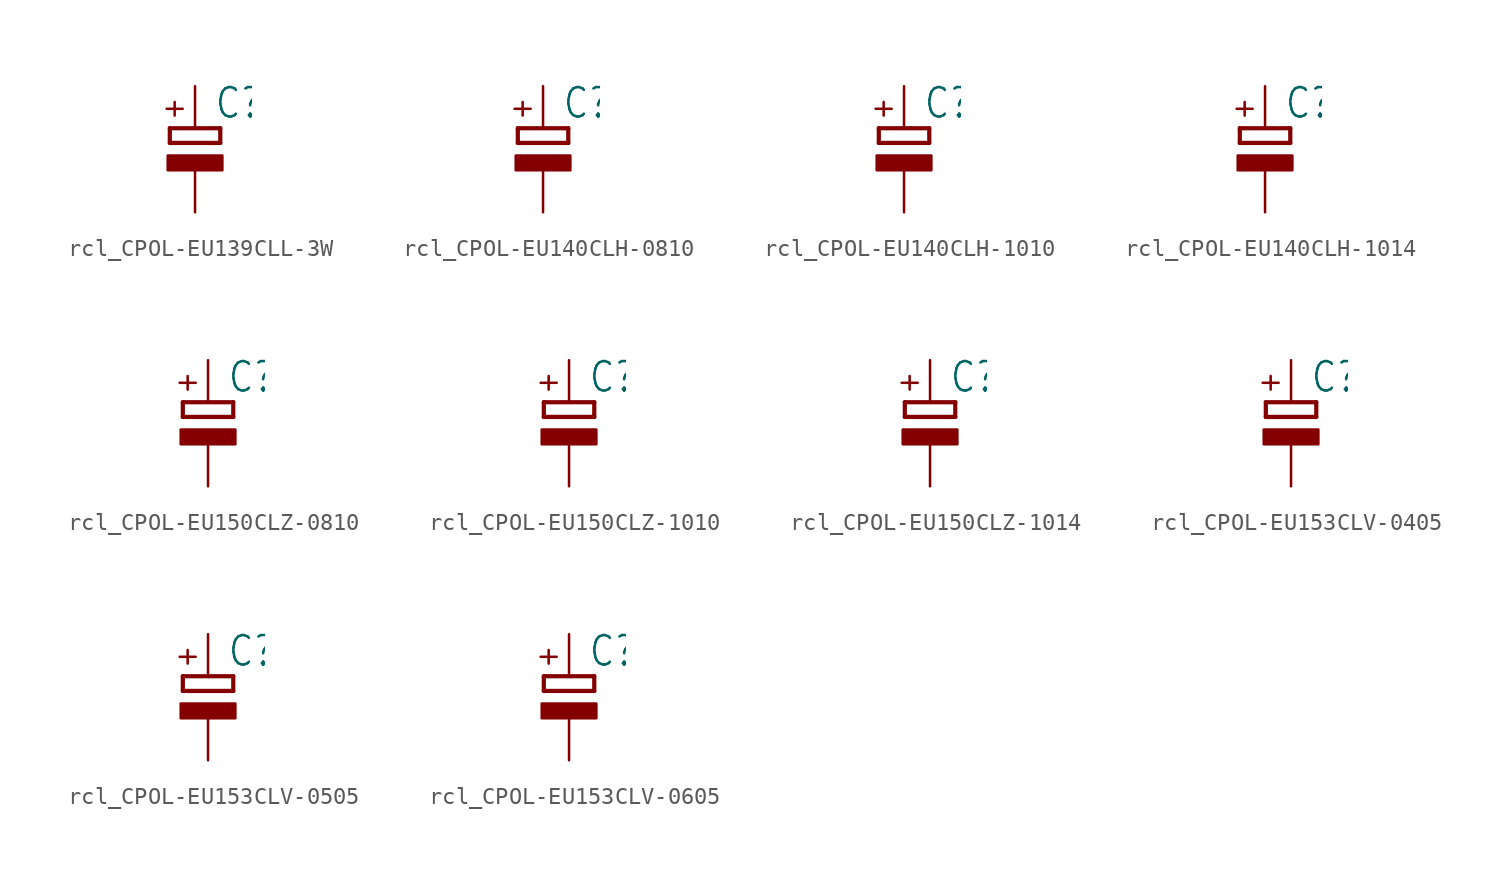
<source format=kicad_sym>
(kicad_symbol_lib
  (version 20231120)
  (generator "kicad_symbol_editor")
  (generator_version "8.0")
  (symbol "rcl_CPOL-EU139CLL-3W"
    (property "Reference" "C"
      (at 1.143 0.483 0)
      (effects (font (size 1.778 1.511)) (justify left bottom)))
    (property "Value" ""
      (at 1.143 -4.597 0)
      (effects (font (size 1.778 1.511)) (justify left bottom)))
    (property "ki_locked" ""
      (at 0 0 0)
      (effects (font (size 1.27 1.27))))
    (symbol "rcl_CPOL-EU139CLL-3W_1_0"
      (rectangle (start -1.651 -2.54) (end 1.651 -1.651) (stroke (width 0) (type default)) (fill (type outline)))
      (polyline (pts (xy -1.524 -0.889) (xy 1.524 -0.889)) (stroke (width 0.254) (type solid)) (fill (type none)))
      (polyline (pts (xy -1.524 0) (xy -1.524 -0.889)) (stroke (width 0.254) (type solid)) (fill (type none)))
      (polyline (pts (xy -1.524 0) (xy 1.524 0)) (stroke (width 0.254) (type solid)) (fill (type none)))
      (polyline (pts (xy 1.524 -0.889) (xy 1.524 0)) (stroke (width 0.254) (type solid)) (fill (type none)))
      (text "+" (at -0.584 0.406 900) (effects (font (size 1.27 1.079)) (justify left bottom)))
      (pin passive line (at 0 2.54 270) (length 2.54) (name "+" (effects (font (size 0 0)))) (number "+" (effects (font (size 0 0)))))
      (pin passive line (at 0 -5.08 90) (length 2.54) (name "-" (effects (font (size 0 0)))) (number "-" (effects (font (size 0 0)))))))
  (symbol "rcl_CPOL-EU140CLH-0810"
    (property "Reference" "C"
      (at 1.143 0.483 0)
      (effects (font (size 1.778 1.511)) (justify left bottom)))
    (property "Value" ""
      (at 1.143 -4.597 0)
      (effects (font (size 1.778 1.511)) (justify left bottom)))
    (property "ki_locked" ""
      (at 0 0 0)
      (effects (font (size 1.27 1.27))))
    (symbol "rcl_CPOL-EU140CLH-0810_1_0"
      (rectangle (start -1.651 -2.54) (end 1.651 -1.651) (stroke (width 0) (type default)) (fill (type outline)))
      (polyline (pts (xy -1.524 -0.889) (xy 1.524 -0.889)) (stroke (width 0.254) (type solid)) (fill (type none)))
      (polyline (pts (xy -1.524 0) (xy -1.524 -0.889)) (stroke (width 0.254) (type solid)) (fill (type none)))
      (polyline (pts (xy -1.524 0) (xy 1.524 0)) (stroke (width 0.254) (type solid)) (fill (type none)))
      (polyline (pts (xy 1.524 -0.889) (xy 1.524 0)) (stroke (width 0.254) (type solid)) (fill (type none)))
      (text "+" (at -0.584 0.406 900) (effects (font (size 1.27 1.079)) (justify left bottom)))
      (pin passive line (at 0 2.54 270) (length 2.54) (name "+" (effects (font (size 0 0)))) (number "+" (effects (font (size 0 0)))))
      (pin passive line (at 0 -5.08 90) (length 2.54) (name "-" (effects (font (size 0 0)))) (number "-" (effects (font (size 0 0)))))))
  (symbol "rcl_CPOL-EU140CLH-1010"
    (property "Reference" "C"
      (at 1.143 0.483 0)
      (effects (font (size 1.778 1.511)) (justify left bottom)))
    (property "Value" ""
      (at 1.143 -4.597 0)
      (effects (font (size 1.778 1.511)) (justify left bottom)))
    (property "ki_locked" ""
      (at 0 0 0)
      (effects (font (size 1.27 1.27))))
    (symbol "rcl_CPOL-EU140CLH-1010_1_0"
      (rectangle (start -1.651 -2.54) (end 1.651 -1.651) (stroke (width 0) (type default)) (fill (type outline)))
      (polyline (pts (xy -1.524 -0.889) (xy 1.524 -0.889)) (stroke (width 0.254) (type solid)) (fill (type none)))
      (polyline (pts (xy -1.524 0) (xy -1.524 -0.889)) (stroke (width 0.254) (type solid)) (fill (type none)))
      (polyline (pts (xy -1.524 0) (xy 1.524 0)) (stroke (width 0.254) (type solid)) (fill (type none)))
      (polyline (pts (xy 1.524 -0.889) (xy 1.524 0)) (stroke (width 0.254) (type solid)) (fill (type none)))
      (text "+" (at -0.584 0.406 900) (effects (font (size 1.27 1.079)) (justify left bottom)))
      (pin passive line (at 0 2.54 270) (length 2.54) (name "+" (effects (font (size 0 0)))) (number "+" (effects (font (size 0 0)))))
      (pin passive line (at 0 -5.08 90) (length 2.54) (name "-" (effects (font (size 0 0)))) (number "-" (effects (font (size 0 0)))))))
  (symbol "rcl_CPOL-EU140CLH-1014"
    (property "Reference" "C"
      (at 1.143 0.483 0)
      (effects (font (size 1.778 1.511)) (justify left bottom)))
    (property "Value" ""
      (at 1.143 -4.597 0)
      (effects (font (size 1.778 1.511)) (justify left bottom)))
    (property "ki_locked" ""
      (at 0 0 0)
      (effects (font (size 1.27 1.27))))
    (symbol "rcl_CPOL-EU140CLH-1014_1_0"
      (rectangle (start -1.651 -2.54) (end 1.651 -1.651) (stroke (width 0) (type default)) (fill (type outline)))
      (polyline (pts (xy -1.524 -0.889) (xy 1.524 -0.889)) (stroke (width 0.254) (type solid)) (fill (type none)))
      (polyline (pts (xy -1.524 0) (xy -1.524 -0.889)) (stroke (width 0.254) (type solid)) (fill (type none)))
      (polyline (pts (xy -1.524 0) (xy 1.524 0)) (stroke (width 0.254) (type solid)) (fill (type none)))
      (polyline (pts (xy 1.524 -0.889) (xy 1.524 0)) (stroke (width 0.254) (type solid)) (fill (type none)))
      (text "+" (at -0.584 0.406 900) (effects (font (size 1.27 1.079)) (justify left bottom)))
      (pin passive line (at 0 2.54 270) (length 2.54) (name "+" (effects (font (size 0 0)))) (number "+" (effects (font (size 0 0)))))
      (pin passive line (at 0 -5.08 90) (length 2.54) (name "-" (effects (font (size 0 0)))) (number "-" (effects (font (size 0 0)))))))
  (symbol "rcl_CPOL-EU150CLZ-0810"
    (property "Reference" "C"
      (at 1.143 0.483 0)
      (effects (font (size 1.778 1.511)) (justify left bottom)))
    (property "Value" ""
      (at 1.143 -4.597 0)
      (effects (font (size 1.778 1.511)) (justify left bottom)))
    (property "ki_locked" ""
      (at 0 0 0)
      (effects (font (size 1.27 1.27))))
    (symbol "rcl_CPOL-EU150CLZ-0810_1_0"
      (rectangle (start -1.651 -2.54) (end 1.651 -1.651) (stroke (width 0) (type default)) (fill (type outline)))
      (polyline (pts (xy -1.524 -0.889) (xy 1.524 -0.889)) (stroke (width 0.254) (type solid)) (fill (type none)))
      (polyline (pts (xy -1.524 0) (xy -1.524 -0.889)) (stroke (width 0.254) (type solid)) (fill (type none)))
      (polyline (pts (xy -1.524 0) (xy 1.524 0)) (stroke (width 0.254) (type solid)) (fill (type none)))
      (polyline (pts (xy 1.524 -0.889) (xy 1.524 0)) (stroke (width 0.254) (type solid)) (fill (type none)))
      (text "+" (at -0.584 0.406 900) (effects (font (size 1.27 1.079)) (justify left bottom)))
      (pin passive line (at 0 2.54 270) (length 2.54) (name "+" (effects (font (size 0 0)))) (number "+" (effects (font (size 0 0)))))
      (pin passive line (at 0 -5.08 90) (length 2.54) (name "-" (effects (font (size 0 0)))) (number "-" (effects (font (size 0 0)))))))
  (symbol "rcl_CPOL-EU150CLZ-1010"
    (property "Reference" "C"
      (at 1.143 0.483 0)
      (effects (font (size 1.778 1.511)) (justify left bottom)))
    (property "Value" ""
      (at 1.143 -4.597 0)
      (effects (font (size 1.778 1.511)) (justify left bottom)))
    (property "ki_locked" ""
      (at 0 0 0)
      (effects (font (size 1.27 1.27))))
    (symbol "rcl_CPOL-EU150CLZ-1010_1_0"
      (rectangle (start -1.651 -2.54) (end 1.651 -1.651) (stroke (width 0) (type default)) (fill (type outline)))
      (polyline (pts (xy -1.524 -0.889) (xy 1.524 -0.889)) (stroke (width 0.254) (type solid)) (fill (type none)))
      (polyline (pts (xy -1.524 0) (xy -1.524 -0.889)) (stroke (width 0.254) (type solid)) (fill (type none)))
      (polyline (pts (xy -1.524 0) (xy 1.524 0)) (stroke (width 0.254) (type solid)) (fill (type none)))
      (polyline (pts (xy 1.524 -0.889) (xy 1.524 0)) (stroke (width 0.254) (type solid)) (fill (type none)))
      (text "+" (at -0.584 0.406 900) (effects (font (size 1.27 1.079)) (justify left bottom)))
      (pin passive line (at 0 2.54 270) (length 2.54) (name "+" (effects (font (size 0 0)))) (number "+" (effects (font (size 0 0)))))
      (pin passive line (at 0 -5.08 90) (length 2.54) (name "-" (effects (font (size 0 0)))) (number "-" (effects (font (size 0 0)))))))
  (symbol "rcl_CPOL-EU150CLZ-1014"
    (property "Reference" "C"
      (at 1.143 0.483 0)
      (effects (font (size 1.778 1.511)) (justify left bottom)))
    (property "Value" ""
      (at 1.143 -4.597 0)
      (effects (font (size 1.778 1.511)) (justify left bottom)))
    (property "ki_locked" ""
      (at 0 0 0)
      (effects (font (size 1.27 1.27))))
    (symbol "rcl_CPOL-EU150CLZ-1014_1_0"
      (rectangle (start -1.651 -2.54) (end 1.651 -1.651) (stroke (width 0) (type default)) (fill (type outline)))
      (polyline (pts (xy -1.524 -0.889) (xy 1.524 -0.889)) (stroke (width 0.254) (type solid)) (fill (type none)))
      (polyline (pts (xy -1.524 0) (xy -1.524 -0.889)) (stroke (width 0.254) (type solid)) (fill (type none)))
      (polyline (pts (xy -1.524 0) (xy 1.524 0)) (stroke (width 0.254) (type solid)) (fill (type none)))
      (polyline (pts (xy 1.524 -0.889) (xy 1.524 0)) (stroke (width 0.254) (type solid)) (fill (type none)))
      (text "+" (at -0.584 0.406 900) (effects (font (size 1.27 1.079)) (justify left bottom)))
      (pin passive line (at 0 2.54 270) (length 2.54) (name "+" (effects (font (size 0 0)))) (number "+" (effects (font (size 0 0)))))
      (pin passive line (at 0 -5.08 90) (length 2.54) (name "-" (effects (font (size 0 0)))) (number "-" (effects (font (size 0 0)))))))
  (symbol "rcl_CPOL-EU153CLV-0405"
    (property "Reference" "C"
      (at 1.143 0.483 0)
      (effects (font (size 1.778 1.511)) (justify left bottom)))
    (property "Value" ""
      (at 1.143 -4.597 0)
      (effects (font (size 1.778 1.511)) (justify left bottom)))
    (property "ki_locked" ""
      (at 0 0 0)
      (effects (font (size 1.27 1.27))))
    (symbol "rcl_CPOL-EU153CLV-0405_1_0"
      (rectangle (start -1.651 -2.54) (end 1.651 -1.651) (stroke (width 0) (type default)) (fill (type outline)))
      (polyline (pts (xy -1.524 -0.889) (xy 1.524 -0.889)) (stroke (width 0.254) (type solid)) (fill (type none)))
      (polyline (pts (xy -1.524 0) (xy -1.524 -0.889)) (stroke (width 0.254) (type solid)) (fill (type none)))
      (polyline (pts (xy -1.524 0) (xy 1.524 0)) (stroke (width 0.254) (type solid)) (fill (type none)))
      (polyline (pts (xy 1.524 -0.889) (xy 1.524 0)) (stroke (width 0.254) (type solid)) (fill (type none)))
      (text "+" (at -0.584 0.406 900) (effects (font (size 1.27 1.079)) (justify left bottom)))
      (pin passive line (at 0 2.54 270) (length 2.54) (name "+" (effects (font (size 0 0)))) (number "+" (effects (font (size 0 0)))))
      (pin passive line (at 0 -5.08 90) (length 2.54) (name "-" (effects (font (size 0 0)))) (number "-" (effects (font (size 0 0)))))))
  (symbol "rcl_CPOL-EU153CLV-0505"
    (property "Reference" "C"
      (at 1.143 0.483 0)
      (effects (font (size 1.778 1.511)) (justify left bottom)))
    (property "Value" ""
      (at 1.143 -4.597 0)
      (effects (font (size 1.778 1.511)) (justify left bottom)))
    (property "ki_locked" ""
      (at 0 0 0)
      (effects (font (size 1.27 1.27))))
    (symbol "rcl_CPOL-EU153CLV-0505_1_0"
      (rectangle (start -1.651 -2.54) (end 1.651 -1.651) (stroke (width 0) (type default)) (fill (type outline)))
      (polyline (pts (xy -1.524 -0.889) (xy 1.524 -0.889)) (stroke (width 0.254) (type solid)) (fill (type none)))
      (polyline (pts (xy -1.524 0) (xy -1.524 -0.889)) (stroke (width 0.254) (type solid)) (fill (type none)))
      (polyline (pts (xy -1.524 0) (xy 1.524 0)) (stroke (width 0.254) (type solid)) (fill (type none)))
      (polyline (pts (xy 1.524 -0.889) (xy 1.524 0)) (stroke (width 0.254) (type solid)) (fill (type none)))
      (text "+" (at -0.584 0.406 900) (effects (font (size 1.27 1.079)) (justify left bottom)))
      (pin passive line (at 0 2.54 270) (length 2.54) (name "+" (effects (font (size 0 0)))) (number "+" (effects (font (size 0 0)))))
      (pin passive line (at 0 -5.08 90) (length 2.54) (name "-" (effects (font (size 0 0)))) (number "-" (effects (font (size 0 0)))))))
  (symbol "rcl_CPOL-EU153CLV-0605"
    (property "Reference" "C"
      (at 1.143 0.483 0)
      (effects (font (size 1.778 1.511)) (justify left bottom)))
    (property "Value" ""
      (at 1.143 -4.597 0)
      (effects (font (size 1.778 1.511)) (justify left bottom)))
    (property "ki_locked" ""
      (at 0 0 0)
      (effects (font (size 1.27 1.27))))
    (symbol "rcl_CPOL-EU153CLV-0605_1_0"
      (rectangle (start -1.651 -2.54) (end 1.651 -1.651) (stroke (width 0) (type default)) (fill (type outline)))
      (polyline (pts (xy -1.524 -0.889) (xy 1.524 -0.889)) (stroke (width 0.254) (type solid)) (fill (type none)))
      (polyline (pts (xy -1.524 0) (xy -1.524 -0.889)) (stroke (width 0.254) (type solid)) (fill (type none)))
      (polyline (pts (xy -1.524 0) (xy 1.524 0)) (stroke (width 0.254) (type solid)) (fill (type none)))
      (polyline (pts (xy 1.524 -0.889) (xy 1.524 0)) (stroke (width 0.254) (type solid)) (fill (type none)))
      (text "+" (at -0.584 0.406 900) (effects (font (size 1.27 1.079)) (justify left bottom)))
      (pin passive line (at 0 2.54 270) (length 2.54) (name "+" (effects (font (size 0 0)))) (number "+" (effects (font (size 0 0)))))
      (pin passive line (at 0 -5.08 90) (length 2.54) (name "-" (effects (font (size 0 0)))) (number "-" (effects (font (size 0 0))))))))
</source>
